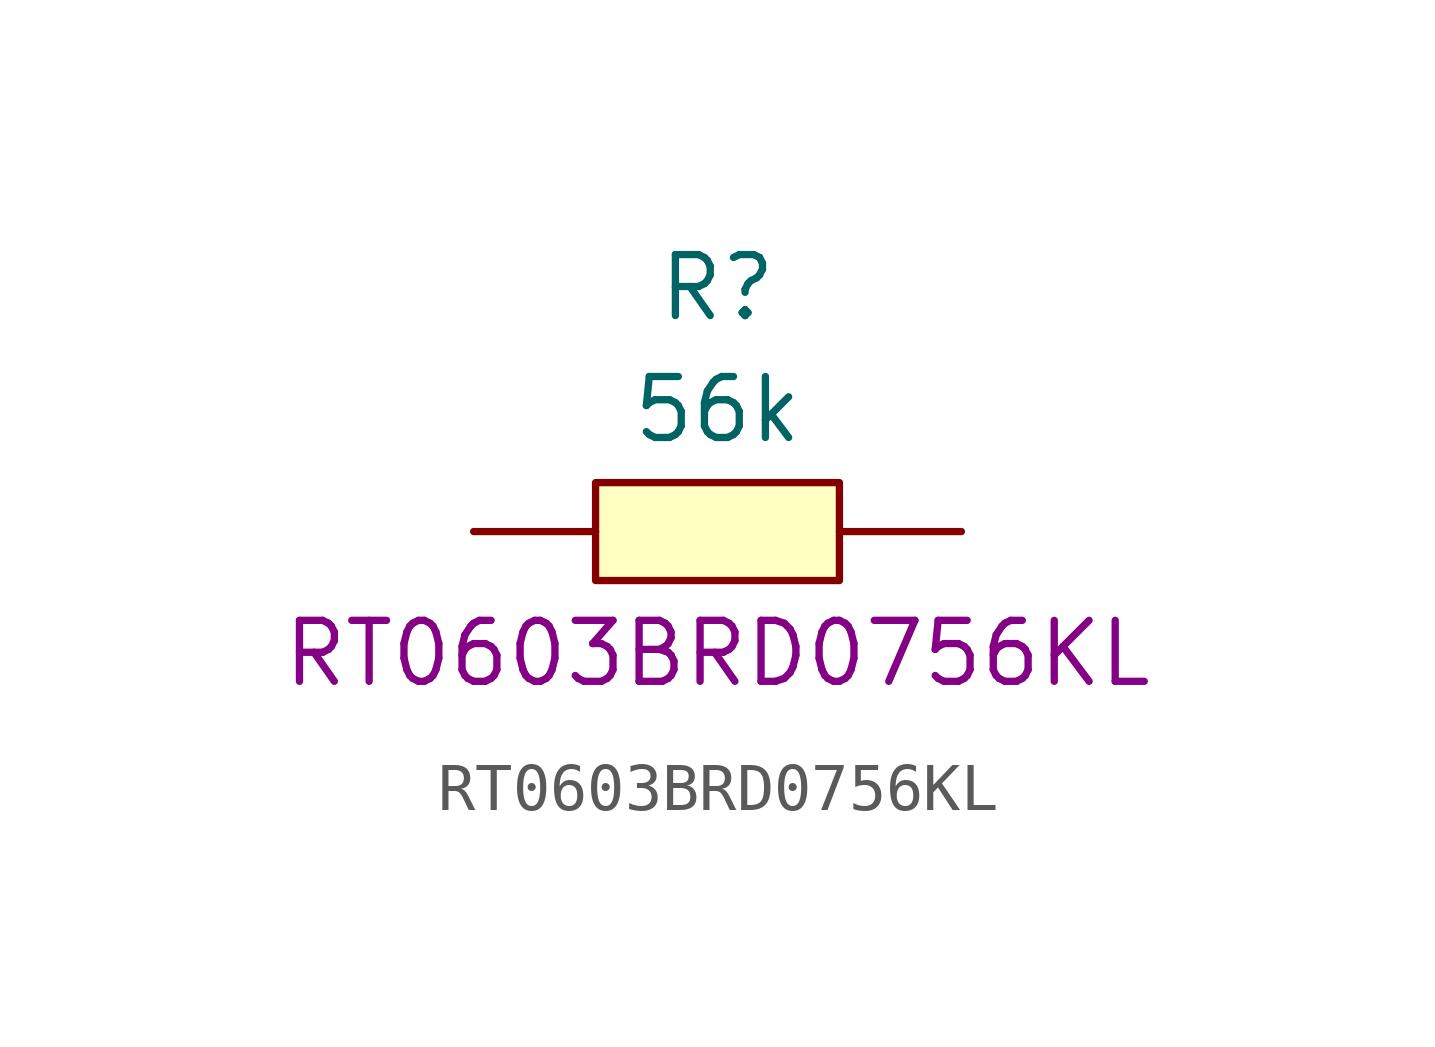
<source format=kicad_sym>
(kicad_symbol_lib
  (version 20220914)
  (generator kicad_symbol_editor)
  (symbol "RT0603BRD0756KL"
    (pin_numbers hide)
    (pin_names hide)
    (property "Reference" "R"
      (at 0 5.08 0)
      (effects (font (size 1.27 1.27))))
    (property "Value" "56k"
      (at 0 2.54 0)
      (effects (font (size 1.27 1.27))))
    (property "Manufacturer_Part_Number" "RT0603BRD0756KL"
      (at 0 -2.54 0)
      (effects (font (size 1.27 1.27))))
    (symbol "RT0603BRD0756KL_0_1"
      (rectangle (start -2.54 1.02) (end 2.54 -1.02) (stroke (width 0) (type default)) (fill (type background)))
      (pin input line (at -5.08 0 0) (length 2.54) (name "1" (effects (font (size 1.27 1.27)))) (number "1" (effects (font (size 1.27 1.27)))))
      (pin input line (at 5.08 0 180) (length 2.54) (name "2" (effects (font (size 1.27 1.27)))) (number "2" (effects (font (size 1.27 1.27))))))))
</source>
